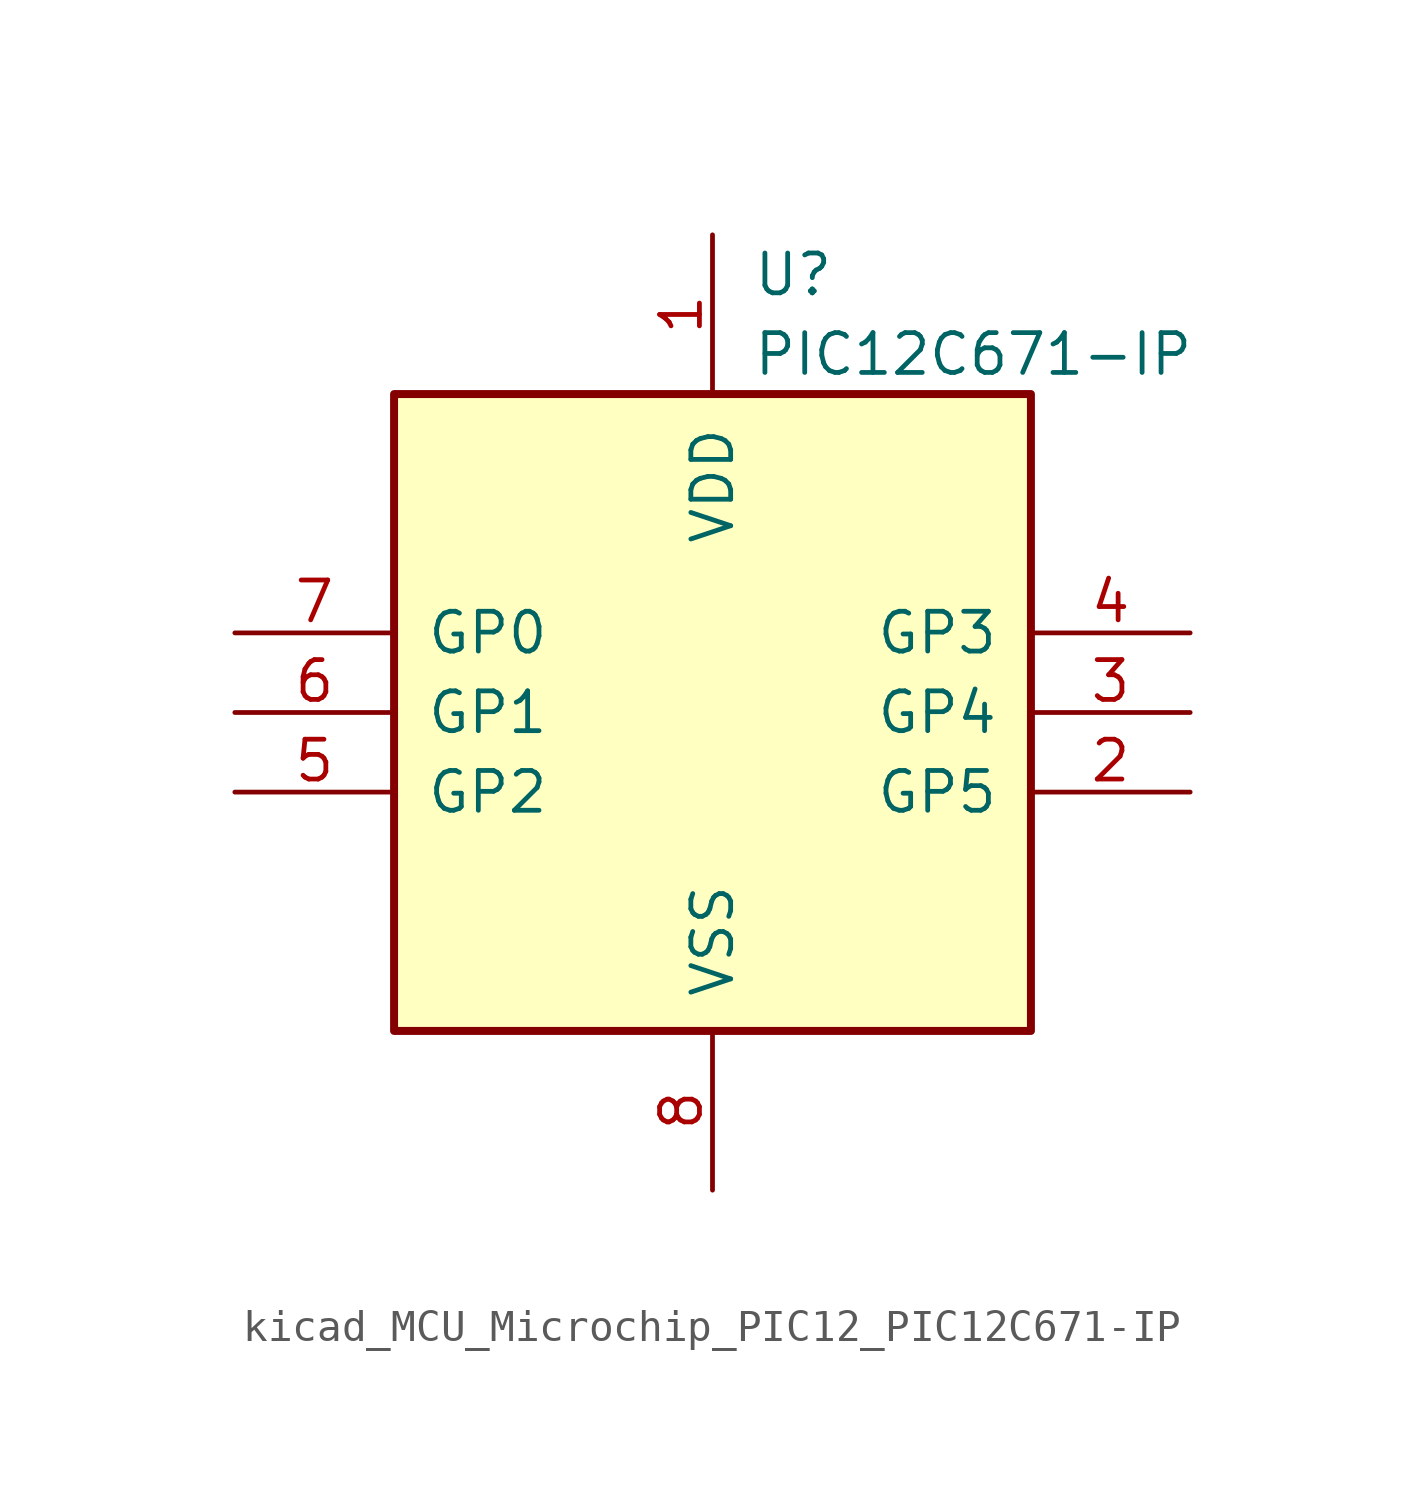
<source format=kicad_sym>
(kicad_symbol_lib
  (version 20220914)
  (generator kicad_symbol_editor)
  (symbol "kicad_MCU_Microchip_PIC12_PIC12C671-IP"
    (pin_names
      (offset 1.016))
    (property "Reference" "U"
      (at 1.27 13.97 0)
      (effects (font (size 1.27 1.27)) (justify left)))
    (property "Value" "PIC12C671-IP"
      (at 1.27 11.43 0)
      (effects (font (size 1.27 1.27)) (justify left)))
    (symbol "kicad_MCU_Microchip_PIC12_PIC12C671-IP_0_1"
      (rectangle (start 10.16 -10.16) (end -10.16 10.16) (stroke (width 0.254) (type default)) (fill (type background))))
    (symbol "kicad_MCU_Microchip_PIC12_PIC12C671-IP_1_1"
      (pin power_in line (at 0 15.24 270) (length 5.08) (name "VDD" (effects (font (size 1.27 1.27)))) (number "1" (effects (font (size 1.27 1.27)))))
      (pin bidirectional line (at 15.24 -2.54 180) (length 5.08) (name "GP5" (effects (font (size 1.27 1.27)))) (number "2" (effects (font (size 1.27 1.27)))))
      (pin bidirectional line (at 15.24 0 180) (length 5.08) (name "GP4" (effects (font (size 1.27 1.27)))) (number "3" (effects (font (size 1.27 1.27)))))
      (pin input line (at 15.24 2.54 180) (length 5.08) (name "GP3" (effects (font (size 1.27 1.27)))) (number "4" (effects (font (size 1.27 1.27)))))
      (pin bidirectional line (at -15.24 -2.54 0) (length 5.08) (name "GP2" (effects (font (size 1.27 1.27)))) (number "5" (effects (font (size 1.27 1.27)))))
      (pin bidirectional line (at -15.24 0 0) (length 5.08) (name "GP1" (effects (font (size 1.27 1.27)))) (number "6" (effects (font (size 1.27 1.27)))))
      (pin bidirectional line (at -15.24 2.54 0) (length 5.08) (name "GP0" (effects (font (size 1.27 1.27)))) (number "7" (effects (font (size 1.27 1.27)))))
      (pin power_in line (at 0 -15.24 90) (length 5.08) (name "VSS" (effects (font (size 1.27 1.27)))) (number "8" (effects (font (size 1.27 1.27))))))))
</source>
